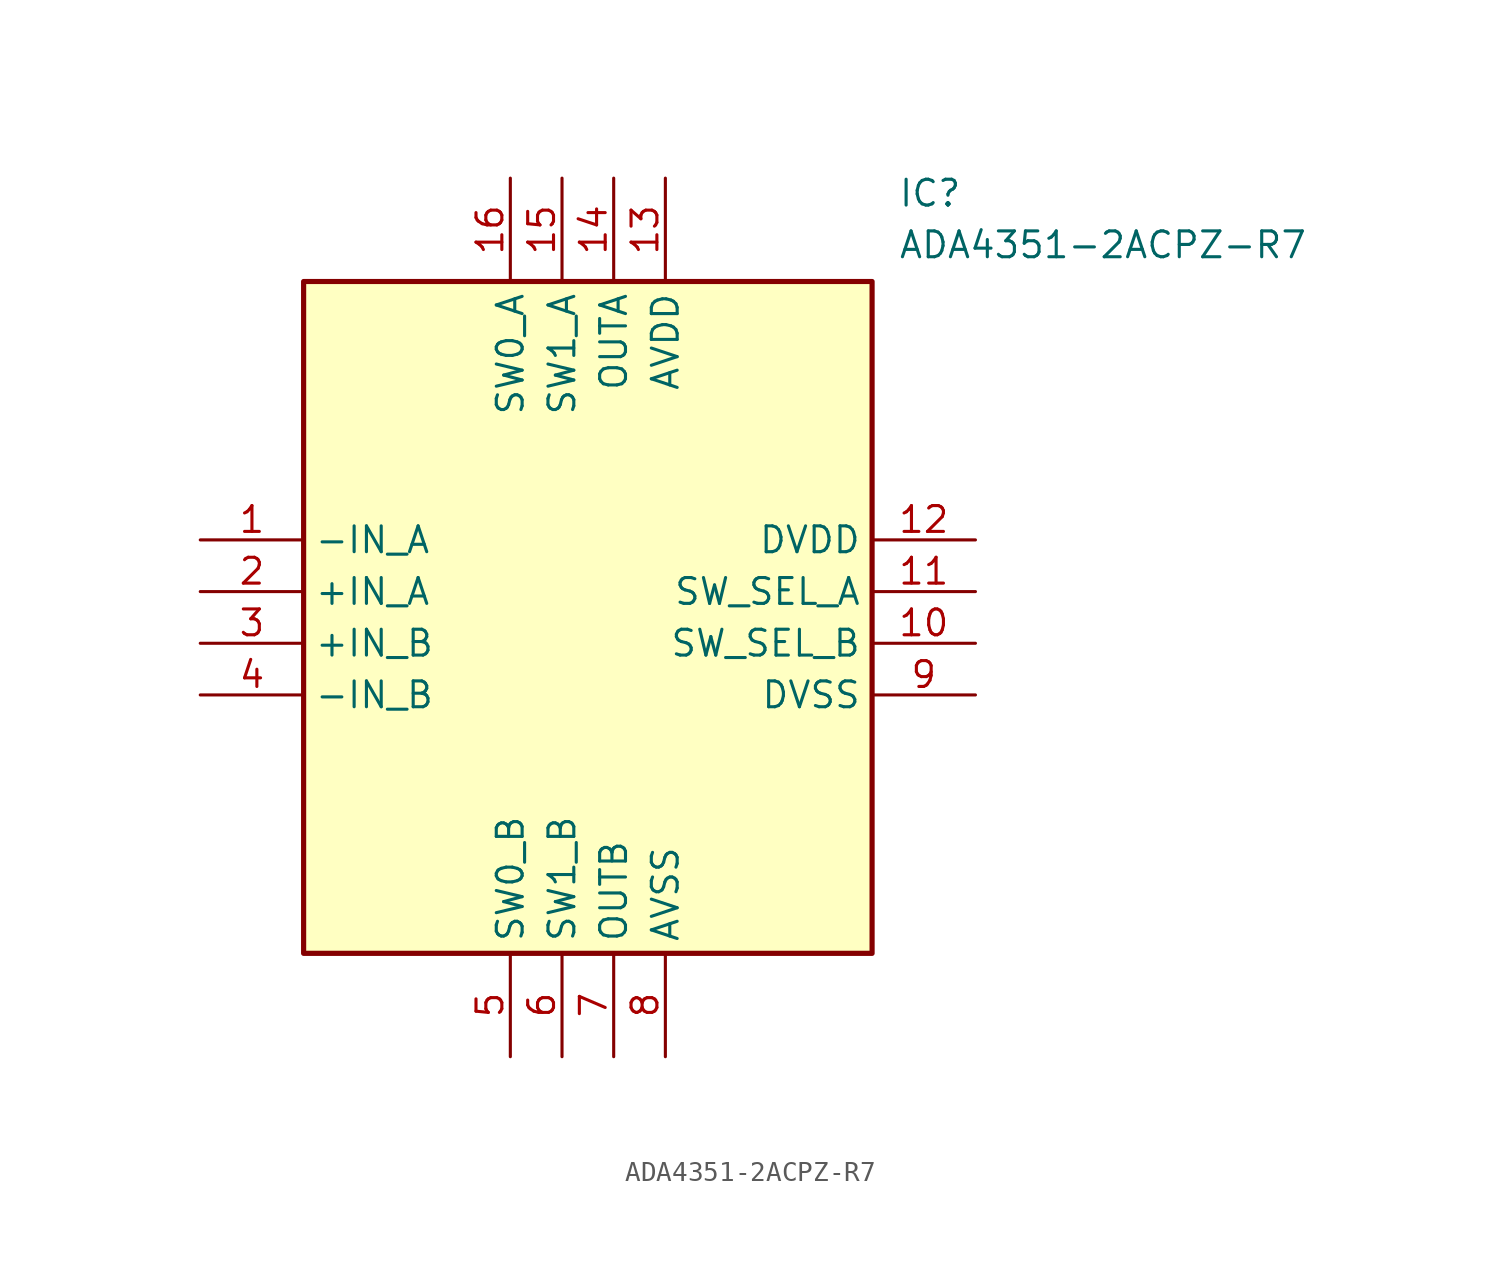
<source format=kicad_sym>
(kicad_symbol_lib
  (version 20211014)
  (generator SamacSys_ECAD_Model)
  (symbol "ADA4351-2ACPZ-R7"
    (property "Reference" "IC"
      (at 34.29 17.78 0)
      (effects (font (size 1.27 1.27)) (justify left top)))
    (property "Value" "ADA4351-2ACPZ-R7"
      (at 34.29 15.24 0)
      (effects (font (size 1.27 1.27)) (justify left top)))
    (rectangle
      (start 5.08 12.7)
      (end 33.02 -20.32)
      (stroke (width 0.254) (type default))
      (fill (type background)))
    (pin passive line
      (at 0 0 0)
      (length 5.08)
      (name "-IN_A" (effects (font (size 1.27 1.27))))
      (number "1" (effects (font (size 1.27 1.27)))))
    (pin passive line
      (at 0 -2.54 0)
      (length 5.08)
      (name "+IN_A" (effects (font (size 1.27 1.27))))
      (number "2" (effects (font (size 1.27 1.27)))))
    (pin passive line
      (at 0 -5.08 0)
      (length 5.08)
      (name "+IN_B" (effects (font (size 1.27 1.27))))
      (number "3" (effects (font (size 1.27 1.27)))))
    (pin passive line
      (at 0 -7.62 0)
      (length 5.08)
      (name "-IN_B" (effects (font (size 1.27 1.27))))
      (number "4" (effects (font (size 1.27 1.27)))))
    (pin passive line
      (at 15.24 -25.4 90)
      (length 5.08)
      (name "SW0_B" (effects (font (size 1.27 1.27))))
      (number "5" (effects (font (size 1.27 1.27)))))
    (pin passive line
      (at 17.78 -25.4 90)
      (length 5.08)
      (name "SW1_B" (effects (font (size 1.27 1.27))))
      (number "6" (effects (font (size 1.27 1.27)))))
    (pin passive line
      (at 20.32 -25.4 90)
      (length 5.08)
      (name "OUTB" (effects (font (size 1.27 1.27))))
      (number "7" (effects (font (size 1.27 1.27)))))
    (pin passive line
      (at 22.86 -25.4 90)
      (length 5.08)
      (name "AVSS" (effects (font (size 1.27 1.27))))
      (number "8" (effects (font (size 1.27 1.27)))))
    (pin passive line
      (at 38.1 0 180)
      (length 5.08)
      (name "DVDD" (effects (font (size 1.27 1.27))))
      (number "12" (effects (font (size 1.27 1.27)))))
    (pin passive line
      (at 38.1 -2.54 180)
      (length 5.08)
      (name "SW_SEL_A" (effects (font (size 1.27 1.27))))
      (number "11" (effects (font (size 1.27 1.27)))))
    (pin passive line
      (at 38.1 -5.08 180)
      (length 5.08)
      (name "SW_SEL_B" (effects (font (size 1.27 1.27))))
      (number "10" (effects (font (size 1.27 1.27)))))
    (pin passive line
      (at 38.1 -7.62 180)
      (length 5.08)
      (name "DVSS" (effects (font (size 1.27 1.27))))
      (number "9" (effects (font (size 1.27 1.27)))))
    (pin passive line
      (at 15.24 17.78 270)
      (length 5.08)
      (name "SW0_A" (effects (font (size 1.27 1.27))))
      (number "16" (effects (font (size 1.27 1.27)))))
    (pin passive line
      (at 17.78 17.78 270)
      (length 5.08)
      (name "SW1_A" (effects (font (size 1.27 1.27))))
      (number "15" (effects (font (size 1.27 1.27)))))
    (pin passive line
      (at 20.32 17.78 270)
      (length 5.08)
      (name "OUTA" (effects (font (size 1.27 1.27))))
      (number "14" (effects (font (size 1.27 1.27)))))
    (pin passive line
      (at 22.86 17.78 270)
      (length 5.08)
      (name "AVDD" (effects (font (size 1.27 1.27))))
      (number "13" (effects (font (size 1.27 1.27)))))))
</source>
